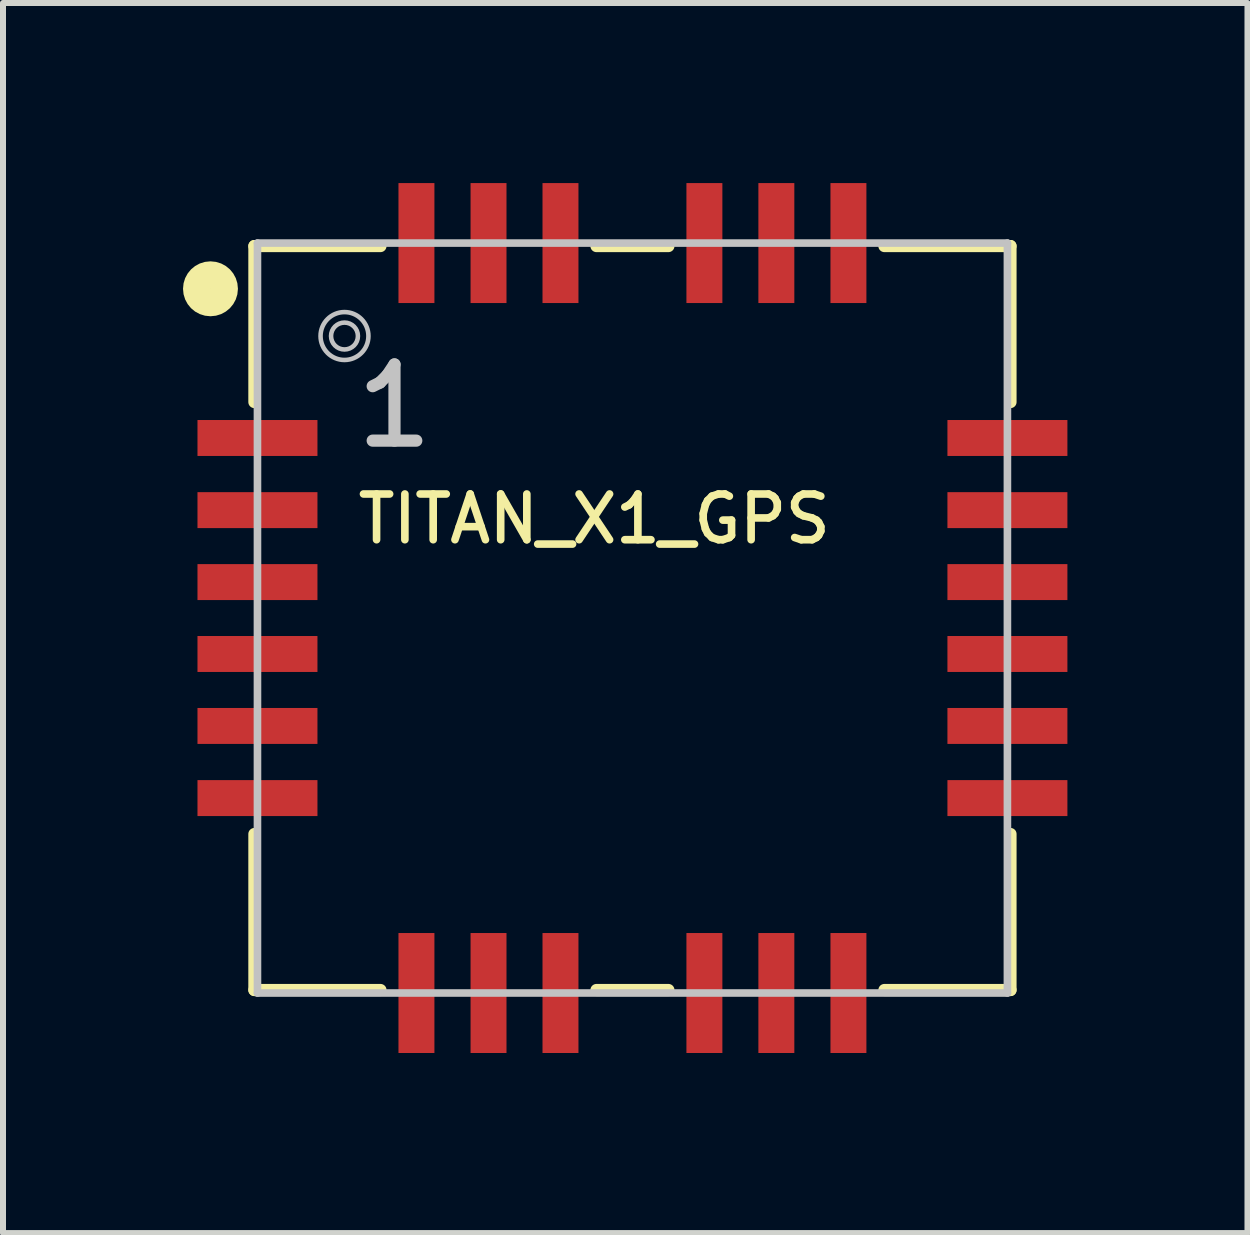
<source format=kicad_pcb>
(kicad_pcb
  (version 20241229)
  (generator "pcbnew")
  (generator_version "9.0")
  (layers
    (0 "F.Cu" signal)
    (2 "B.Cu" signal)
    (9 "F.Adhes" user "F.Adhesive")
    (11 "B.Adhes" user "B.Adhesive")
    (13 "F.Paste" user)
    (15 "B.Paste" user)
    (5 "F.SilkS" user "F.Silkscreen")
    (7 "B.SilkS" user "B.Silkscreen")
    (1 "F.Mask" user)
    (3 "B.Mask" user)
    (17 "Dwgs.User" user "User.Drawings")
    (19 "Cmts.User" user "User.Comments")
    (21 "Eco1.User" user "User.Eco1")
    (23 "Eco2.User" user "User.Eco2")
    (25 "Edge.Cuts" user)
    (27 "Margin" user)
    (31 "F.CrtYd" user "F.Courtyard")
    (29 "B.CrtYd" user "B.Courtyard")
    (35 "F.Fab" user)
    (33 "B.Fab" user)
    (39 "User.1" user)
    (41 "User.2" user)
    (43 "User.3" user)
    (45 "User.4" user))
  (footprint "TITAN_X1_GPS"
    (layer "F.Cu")
    (at 7.488 7.248)
    (property "Reference" "TITAN_X1_GPS" (at -0.635 -1.651 0) (layer "F.SilkS") (effects (font (size 0.762 0.762) (thickness 0.127))))
    (attr smd)
    (fp_line (start -6.299 -6.198) (end -6.299 -3.599) (stroke (width 0.203) (type solid)) (layer "F.SilkS"))
    (fp_line (start -6.299 -6.198) (end -4.199 -6.198) (stroke (width 0.203) (type solid)) (layer "F.SilkS"))
    (fp_line (start -6.299 3.599) (end -6.299 6.198) (stroke (width 0.203) (type solid)) (layer "F.SilkS"))
    (fp_line (start -6.299 6.198) (end -4.199 6.198) (stroke (width 0.203) (type solid)) (layer "F.SilkS"))
    (fp_line (start -0.599 -6.198) (end 0.599 -6.198) (stroke (width 0.203) (type solid)) (layer "F.SilkS"))
    (fp_line (start -0.599 6.198) (end 0.599 6.198) (stroke (width 0.203) (type solid)) (layer "F.SilkS"))
    (fp_line (start 4.199 -6.198) (end 6.299 -6.198) (stroke (width 0.203) (type solid)) (layer "F.SilkS"))
    (fp_line (start 4.199 6.198) (end 6.299 6.198) (stroke (width 0.203) (type solid)) (layer "F.SilkS"))
    (fp_line (start 6.299 -3.599) (end 6.299 -6.198) (stroke (width 0.203) (type solid)) (layer "F.SilkS"))
    (fp_line (start 6.299 6.198) (end 6.299 3.599) (stroke (width 0.203) (type solid)) (layer "F.SilkS"))
    (fp_circle (center -7.031 -5.486) (end -7.031 -5.715) (stroke (width 0.457) (type solid)) (fill no) (layer "F.SilkS"))
    (fp_line (start -6.248 -6.248) (end -6.248 6.248) (stroke (width 0.127) (type solid)) (layer "Dwgs.User"))
    (fp_line (start -6.248 6.248) (end 6.248 6.248) (stroke (width 0.127) (type solid)) (layer "Dwgs.User"))
    (fp_line (start 6.248 -6.248) (end -6.248 -6.248) (stroke (width 0.127) (type solid)) (layer "Dwgs.User"))
    (fp_line (start 6.248 6.248) (end 6.248 -6.248) (stroke (width 0.127) (type solid)) (layer "Dwgs.User"))
    (fp_circle (center -4.798 -4.699) (end -4.798 -5.098) (stroke (width 0.076) (type solid)) (fill no) (layer "Dwgs.User"))
    (fp_circle (center -4.798 -4.699) (end -4.798 -4.923) (stroke (width 0.076) (type solid)) (fill no) (layer "Dwgs.User"))
    (fp_line (start -4.999 -4.999) (end 4.999 -4.999) (stroke (width 0.076) (type solid)) (layer "Eco2.User"))
    (fp_line (start -4.999 4.999) (end -4.999 -4.999) (stroke (width 0.076) (type solid)) (layer "Eco2.User"))
    (fp_line (start 4.999 -4.999) (end 4.999 4.999) (stroke (width 0.076) (type solid)) (layer "Eco2.User"))
    (fp_line (start 4.999 4.999) (end -4.999 4.999) (stroke (width 0.076) (type solid)) (layer "Eco2.User"))
    (fp_text user "1" (at -3.965 -3.533 0) (layer "Dwgs.User") (effects (font (size 1.27 1.27) (thickness 0.203))))
    (pad "1" smd rect (at -6.248 -3) (size 1.999 0.599) (layers "F.Cu" "F.Mask" "F.Paste"))
    (pad "2" smd rect (at -6.248 -1.798) (size 1.999 0.599) (layers "F.Cu" "F.Mask" "F.Paste"))
    (pad "3" smd rect (at -6.248 -0.599) (size 1.999 0.599) (layers "F.Cu" "F.Mask" "F.Paste"))
    (pad "4" smd rect (at -6.248 0.599) (size 1.999 0.599) (layers "F.Cu" "F.Mask" "F.Paste"))
    (pad "5" smd rect (at -6.248 1.798) (size 1.999 0.599) (layers "F.Cu" "F.Mask" "F.Paste"))
    (pad "6" smd rect (at -6.248 3) (size 1.999 0.599) (layers "F.Cu" "F.Mask" "F.Paste"))
    (pad "7" smd rect (at -3.599 6.248 90) (size 1.999 0.599) (layers "F.Cu" "F.Mask" "F.Paste"))
    (pad "8" smd rect (at -2.398 6.248 90) (size 1.999 0.599) (layers "F.Cu" "F.Mask" "F.Paste"))
    (pad "9" smd rect (at -1.199 6.248 90) (size 1.999 0.599) (layers "F.Cu" "F.Mask" "F.Paste"))
    (pad "10" smd rect (at 1.199 6.248 90) (size 1.999 0.599) (layers "F.Cu" "F.Mask" "F.Paste"))
    (pad "11" smd rect (at 2.398 6.248 90) (size 1.999 0.599) (layers "F.Cu" "F.Mask" "F.Paste"))
    (pad "12" smd rect (at 3.599 6.248 90) (size 1.999 0.599) (layers "F.Cu" "F.Mask" "F.Paste"))
    (pad "13" smd rect (at 6.248 3) (size 1.999 0.599) (layers "F.Cu" "F.Mask" "F.Paste"))
    (pad "14" smd rect (at 6.248 1.798) (size 1.999 0.599) (layers "F.Cu" "F.Mask" "F.Paste"))
    (pad "15" smd rect (at 6.248 0.599) (size 1.999 0.599) (layers "F.Cu" "F.Mask" "F.Paste"))
    (pad "16" smd rect (at 6.248 -0.599) (size 1.999 0.599) (layers "F.Cu" "F.Mask" "F.Paste"))
    (pad "17" smd rect (at 6.248 -1.798) (size 1.999 0.599) (layers "F.Cu" "F.Mask" "F.Paste"))
    (pad "18" smd rect (at 6.248 -3) (size 1.999 0.599) (layers "F.Cu" "F.Mask" "F.Paste"))
    (pad "19" smd rect (at 3.599 -6.248 270) (size 1.999 0.599) (layers "F.Cu" "F.Mask" "F.Paste"))
    (pad "20" smd rect (at 2.398 -6.248 270) (size 1.999 0.599) (layers "F.Cu" "F.Mask" "F.Paste"))
    (pad "21" smd rect (at 1.199 -6.248 270) (size 1.999 0.599) (layers "F.Cu" "F.Mask" "F.Paste"))
    (pad "22" smd rect (at -1.199 -6.248 270) (size 1.999 0.599) (layers "F.Cu" "F.Mask" "F.Paste"))
    (pad "23" smd rect (at -2.398 -6.248 270) (size 1.999 0.599) (layers "F.Cu" "F.Mask" "F.Paste"))
    (pad "24" smd rect (at -3.599 -6.248 270) (size 1.999 0.599) (layers "F.Cu" "F.Mask" "F.Paste")))
  (gr_rect
    (start -3 -3)
    (end 17.736 17.496)
    (stroke (width 0.1) (type default))
    (fill no)
    (layer "Edge.Cuts")))
</source>
